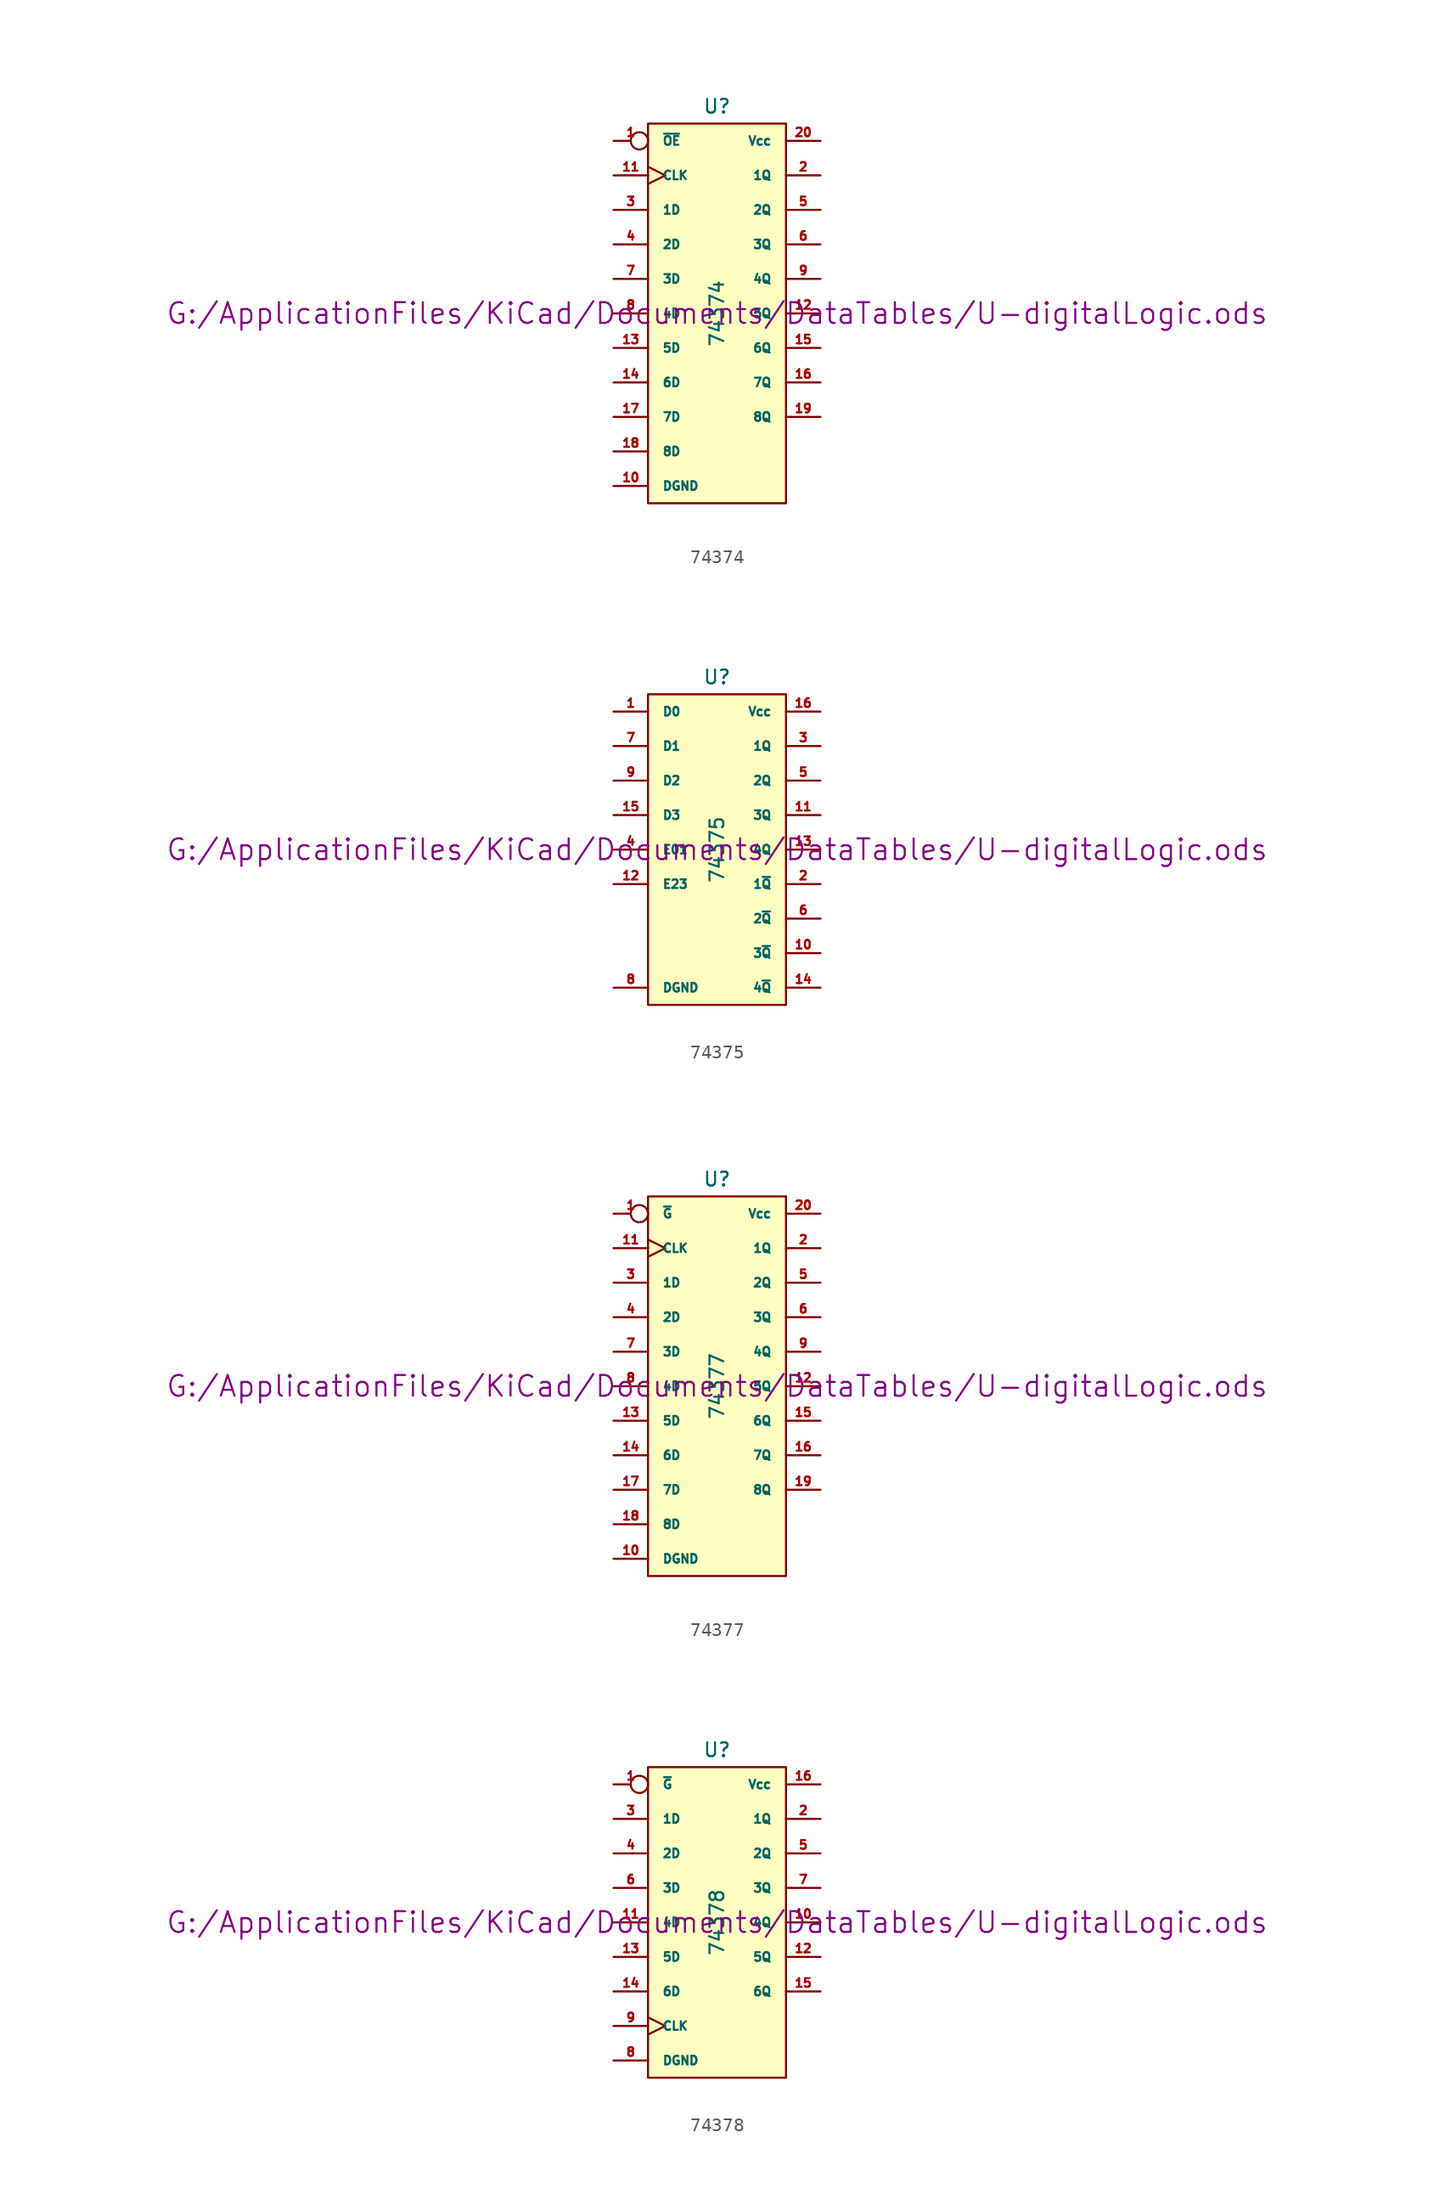
<source format=kicad_sym>
(kicad_symbol_lib
  (version 20211014)
  (generator kicad_symbol_editor)
  (symbol "74374"
    (pin_names
      (offset 1.016))
    (property "Reference" "U"
      (at 0 15.24 0)
      (effects (font (size 1.016 1.016))))
    (property "Value" "74374"
      (at 0 0 90)
      (effects (font (size 1.016 1.016))))
    (property "Footprint" ""
      (at 0 0 0)
      (effects (font (size 1.524 1.524))))
    (property "Datasheet" "G:/ApplicationFiles/KiCad/Documents/DataTables/U-digitalLogic.ods"
      (at 0 0 0)
      (effects (font (size 1.524 1.524))))
    (symbol "74374_0_1"
      (rectangle (start -5.08 13.97) (end 5.08 -13.97) (stroke (width 0) (type default) (color 0 0 0 0)) (fill (type background))))
    (symbol "74374_1_1"
      (pin input inverted (at -7.62 12.7 0) (length 2.54) (name "~{OE}" (effects (font (size 0.635 0.635)))) (number "1" (effects (font (size 0.635 0.635)))))
      (pin power_in line (at -7.62 -12.7 0) (length 2.54) (name "DGND" (effects (font (size 0.635 0.635)))) (number "10" (effects (font (size 0.635 0.635)))))
      (pin input clock (at -7.62 10.16 0) (length 2.54) (name "CLK" (effects (font (size 0.635 0.635)))) (number "11" (effects (font (size 0.635 0.635)))))
      (pin tri_state line (at 7.62 0 180) (length 2.54) (name "5Q" (effects (font (size 0.635 0.635)))) (number "12" (effects (font (size 0.635 0.635)))))
      (pin input line (at -7.62 -2.54 0) (length 2.54) (name "5D" (effects (font (size 0.635 0.635)))) (number "13" (effects (font (size 0.635 0.635)))))
      (pin input line (at -7.62 -5.08 0) (length 2.54) (name "6D" (effects (font (size 0.635 0.635)))) (number "14" (effects (font (size 0.635 0.635)))))
      (pin tri_state line (at 7.62 -2.54 180) (length 2.54) (name "6Q" (effects (font (size 0.635 0.635)))) (number "15" (effects (font (size 0.635 0.635)))))
      (pin tri_state line (at 7.62 -5.08 180) (length 2.54) (name "7Q" (effects (font (size 0.635 0.635)))) (number "16" (effects (font (size 0.635 0.635)))))
      (pin input line (at -7.62 -7.62 0) (length 2.54) (name "7D" (effects (font (size 0.635 0.635)))) (number "17" (effects (font (size 0.635 0.635)))))
      (pin input line (at -7.62 -10.16 0) (length 2.54) (name "8D" (effects (font (size 0.635 0.635)))) (number "18" (effects (font (size 0.635 0.635)))))
      (pin tri_state line (at 7.62 -7.62 180) (length 2.54) (name "8Q" (effects (font (size 0.635 0.635)))) (number "19" (effects (font (size 0.635 0.635)))))
      (pin tri_state line (at 7.62 10.16 180) (length 2.54) (name "1Q" (effects (font (size 0.635 0.635)))) (number "2" (effects (font (size 0.635 0.635)))))
      (pin power_in line (at 7.62 12.7 180) (length 2.54) (name "Vcc" (effects (font (size 0.635 0.635)))) (number "20" (effects (font (size 0.635 0.635)))))
      (pin input line (at -7.62 7.62 0) (length 2.54) (name "1D" (effects (font (size 0.635 0.635)))) (number "3" (effects (font (size 0.635 0.635)))))
      (pin input line (at -7.62 5.08 0) (length 2.54) (name "2D" (effects (font (size 0.635 0.635)))) (number "4" (effects (font (size 0.635 0.635)))))
      (pin tri_state line (at 7.62 7.62 180) (length 2.54) (name "2Q" (effects (font (size 0.635 0.635)))) (number "5" (effects (font (size 0.635 0.635)))))
      (pin tri_state line (at 7.62 5.08 180) (length 2.54) (name "3Q" (effects (font (size 0.635 0.635)))) (number "6" (effects (font (size 0.635 0.635)))))
      (pin input line (at -7.62 2.54 0) (length 2.54) (name "3D" (effects (font (size 0.635 0.635)))) (number "7" (effects (font (size 0.635 0.635)))))
      (pin input line (at -7.62 0 0) (length 2.54) (name "4D" (effects (font (size 0.635 0.635)))) (number "8" (effects (font (size 0.635 0.635)))))
      (pin tri_state line (at 7.62 2.54 180) (length 2.54) (name "4Q" (effects (font (size 0.635 0.635)))) (number "9" (effects (font (size 0.635 0.635)))))))
  (symbol "74375"
    (pin_names
      (offset 1.016))
    (property "Reference" "U"
      (at 0 12.7 0)
      (effects (font (size 1.016 1.016))))
    (property "Value" "74375"
      (at 0 0 90)
      (effects (font (size 1.016 1.016))))
    (property "Footprint" ""
      (at 0 0 0)
      (effects (font (size 1.524 1.524))))
    (property "Datasheet" "G:/ApplicationFiles/KiCad/Documents/DataTables/U-digitalLogic.ods"
      (at 0 0 0)
      (effects (font (size 1.524 1.524))))
    (symbol "74375_0_1"
      (rectangle (start -5.08 11.43) (end 5.08 -11.43) (stroke (width 0) (type default) (color 0 0 0 0)) (fill (type background))))
    (symbol "74375_1_1"
      (pin input line (at -7.62 10.16 0) (length 2.54) (name "D0" (effects (font (size 0.635 0.635)))) (number "1" (effects (font (size 0.635 0.635)))))
      (pin output line (at 7.62 -7.62 180) (length 2.54) (name "3~{Q}" (effects (font (size 0.635 0.635)))) (number "10" (effects (font (size 0.635 0.635)))))
      (pin output line (at 7.62 2.54 180) (length 2.54) (name "3Q" (effects (font (size 0.635 0.635)))) (number "11" (effects (font (size 0.635 0.635)))))
      (pin input line (at -7.62 -2.54 0) (length 2.54) (name "E23" (effects (font (size 0.635 0.635)))) (number "12" (effects (font (size 0.635 0.635)))))
      (pin output line (at 7.62 0 180) (length 2.54) (name "4Q" (effects (font (size 0.635 0.635)))) (number "13" (effects (font (size 0.635 0.635)))))
      (pin output line (at 7.62 -10.16 180) (length 2.54) (name "4~{Q}" (effects (font (size 0.635 0.635)))) (number "14" (effects (font (size 0.635 0.635)))))
      (pin input line (at -7.62 2.54 0) (length 2.54) (name "D3" (effects (font (size 0.635 0.635)))) (number "15" (effects (font (size 0.635 0.635)))))
      (pin power_in line (at 7.62 10.16 180) (length 2.54) (name "Vcc" (effects (font (size 0.635 0.635)))) (number "16" (effects (font (size 0.635 0.635)))))
      (pin output line (at 7.62 -2.54 180) (length 2.54) (name "1~{Q}" (effects (font (size 0.635 0.635)))) (number "2" (effects (font (size 0.635 0.635)))))
      (pin output line (at 7.62 7.62 180) (length 2.54) (name "1Q" (effects (font (size 0.635 0.635)))) (number "3" (effects (font (size 0.635 0.635)))))
      (pin input line (at -7.62 0 0) (length 2.54) (name "E01" (effects (font (size 0.635 0.635)))) (number "4" (effects (font (size 0.635 0.635)))))
      (pin output line (at 7.62 5.08 180) (length 2.54) (name "2Q" (effects (font (size 0.635 0.635)))) (number "5" (effects (font (size 0.635 0.635)))))
      (pin output line (at 7.62 -5.08 180) (length 2.54) (name "2~{Q}" (effects (font (size 0.635 0.635)))) (number "6" (effects (font (size 0.635 0.635)))))
      (pin input line (at -7.62 7.62 0) (length 2.54) (name "D1" (effects (font (size 0.635 0.635)))) (number "7" (effects (font (size 0.635 0.635)))))
      (pin input line (at -7.62 -10.16 0) (length 2.54) (name "DGND" (effects (font (size 0.635 0.635)))) (number "8" (effects (font (size 0.635 0.635)))))
      (pin input line (at -7.62 5.08 0) (length 2.54) (name "D2" (effects (font (size 0.635 0.635)))) (number "9" (effects (font (size 0.635 0.635)))))))
  (symbol "74377"
    (pin_names
      (offset 1.016))
    (property "Reference" "U"
      (at 0 15.24 0)
      (effects (font (size 1.016 1.016))))
    (property "Value" "74377"
      (at 0 0 90)
      (effects (font (size 1.016 1.016))))
    (property "Footprint" ""
      (at 0 0 0)
      (effects (font (size 1.524 1.524))))
    (property "Datasheet" "G:/ApplicationFiles/KiCad/Documents/DataTables/U-digitalLogic.ods"
      (at 0 0 0)
      (effects (font (size 1.524 1.524))))
    (symbol "74377_0_1"
      (rectangle (start -5.08 13.97) (end 5.08 -13.97) (stroke (width 0) (type default) (color 0 0 0 0)) (fill (type background))))
    (symbol "74377_1_1"
      (pin input inverted (at -7.62 12.7 0) (length 2.54) (name "~{G}" (effects (font (size 0.635 0.635)))) (number "1" (effects (font (size 0.635 0.635)))))
      (pin power_in line (at -7.62 -12.7 0) (length 2.54) (name "DGND" (effects (font (size 0.635 0.635)))) (number "10" (effects (font (size 0.635 0.635)))))
      (pin input clock (at -7.62 10.16 0) (length 2.54) (name "CLK" (effects (font (size 0.635 0.635)))) (number "11" (effects (font (size 0.635 0.635)))))
      (pin tri_state line (at 7.62 0 180) (length 2.54) (name "5Q" (effects (font (size 0.635 0.635)))) (number "12" (effects (font (size 0.635 0.635)))))
      (pin input line (at -7.62 -2.54 0) (length 2.54) (name "5D" (effects (font (size 0.635 0.635)))) (number "13" (effects (font (size 0.635 0.635)))))
      (pin input line (at -7.62 -5.08 0) (length 2.54) (name "6D" (effects (font (size 0.635 0.635)))) (number "14" (effects (font (size 0.635 0.635)))))
      (pin tri_state line (at 7.62 -2.54 180) (length 2.54) (name "6Q" (effects (font (size 0.635 0.635)))) (number "15" (effects (font (size 0.635 0.635)))))
      (pin tri_state line (at 7.62 -5.08 180) (length 2.54) (name "7Q" (effects (font (size 0.635 0.635)))) (number "16" (effects (font (size 0.635 0.635)))))
      (pin input line (at -7.62 -7.62 0) (length 2.54) (name "7D" (effects (font (size 0.635 0.635)))) (number "17" (effects (font (size 0.635 0.635)))))
      (pin input line (at -7.62 -10.16 0) (length 2.54) (name "8D" (effects (font (size 0.635 0.635)))) (number "18" (effects (font (size 0.635 0.635)))))
      (pin tri_state line (at 7.62 -7.62 180) (length 2.54) (name "8Q" (effects (font (size 0.635 0.635)))) (number "19" (effects (font (size 0.635 0.635)))))
      (pin tri_state line (at 7.62 10.16 180) (length 2.54) (name "1Q" (effects (font (size 0.635 0.635)))) (number "2" (effects (font (size 0.635 0.635)))))
      (pin power_in line (at 7.62 12.7 180) (length 2.54) (name "Vcc" (effects (font (size 0.635 0.635)))) (number "20" (effects (font (size 0.635 0.635)))))
      (pin input line (at -7.62 7.62 0) (length 2.54) (name "1D" (effects (font (size 0.635 0.635)))) (number "3" (effects (font (size 0.635 0.635)))))
      (pin input line (at -7.62 5.08 0) (length 2.54) (name "2D" (effects (font (size 0.635 0.635)))) (number "4" (effects (font (size 0.635 0.635)))))
      (pin tri_state line (at 7.62 7.62 180) (length 2.54) (name "2Q" (effects (font (size 0.635 0.635)))) (number "5" (effects (font (size 0.635 0.635)))))
      (pin tri_state line (at 7.62 5.08 180) (length 2.54) (name "3Q" (effects (font (size 0.635 0.635)))) (number "6" (effects (font (size 0.635 0.635)))))
      (pin input line (at -7.62 2.54 0) (length 2.54) (name "3D" (effects (font (size 0.635 0.635)))) (number "7" (effects (font (size 0.635 0.635)))))
      (pin input line (at -7.62 0 0) (length 2.54) (name "4D" (effects (font (size 0.635 0.635)))) (number "8" (effects (font (size 0.635 0.635)))))
      (pin tri_state line (at 7.62 2.54 180) (length 2.54) (name "4Q" (effects (font (size 0.635 0.635)))) (number "9" (effects (font (size 0.635 0.635)))))))
  (symbol "74378"
    (pin_names
      (offset 1.016))
    (property "Reference" "U"
      (at 0 12.7 0)
      (effects (font (size 1.016 1.016))))
    (property "Value" "74378"
      (at 0 0 90)
      (effects (font (size 1.016 1.016))))
    (property "Footprint" ""
      (at 0 0 0)
      (effects (font (size 1.524 1.524))))
    (property "Datasheet" "G:/ApplicationFiles/KiCad/Documents/DataTables/U-digitalLogic.ods"
      (at 0 0 0)
      (effects (font (size 1.524 1.524))))
    (symbol "74378_0_1"
      (rectangle (start -5.08 11.43) (end 5.08 -11.43) (stroke (width 0) (type default) (color 0 0 0 0)) (fill (type background))))
    (symbol "74378_1_1"
      (pin input inverted (at -7.62 10.16 0) (length 2.54) (name "~{G}" (effects (font (size 0.635 0.635)))) (number "1" (effects (font (size 0.635 0.635)))))
      (pin output line (at 7.62 0 180) (length 2.54) (name "4Q" (effects (font (size 0.635 0.635)))) (number "10" (effects (font (size 0.635 0.635)))))
      (pin input line (at -7.62 0 0) (length 2.54) (name "4D" (effects (font (size 0.635 0.635)))) (number "11" (effects (font (size 0.635 0.635)))))
      (pin output line (at 7.62 -2.54 180) (length 2.54) (name "5Q" (effects (font (size 0.635 0.635)))) (number "12" (effects (font (size 0.635 0.635)))))
      (pin input line (at -7.62 -2.54 0) (length 2.54) (name "5D" (effects (font (size 0.635 0.635)))) (number "13" (effects (font (size 0.635 0.635)))))
      (pin input line (at -7.62 -5.08 0) (length 2.54) (name "6D" (effects (font (size 0.635 0.635)))) (number "14" (effects (font (size 0.635 0.635)))))
      (pin output line (at 7.62 -5.08 180) (length 2.54) (name "6Q" (effects (font (size 0.635 0.635)))) (number "15" (effects (font (size 0.635 0.635)))))
      (pin power_in line (at 7.62 10.16 180) (length 2.54) (name "Vcc" (effects (font (size 0.635 0.635)))) (number "16" (effects (font (size 0.635 0.635)))))
      (pin output line (at 7.62 7.62 180) (length 2.54) (name "1Q" (effects (font (size 0.635 0.635)))) (number "2" (effects (font (size 0.635 0.635)))))
      (pin input line (at -7.62 7.62 0) (length 2.54) (name "1D" (effects (font (size 0.635 0.635)))) (number "3" (effects (font (size 0.635 0.635)))))
      (pin input line (at -7.62 5.08 0) (length 2.54) (name "2D" (effects (font (size 0.635 0.635)))) (number "4" (effects (font (size 0.635 0.635)))))
      (pin output line (at 7.62 5.08 180) (length 2.54) (name "2Q" (effects (font (size 0.635 0.635)))) (number "5" (effects (font (size 0.635 0.635)))))
      (pin input line (at -7.62 2.54 0) (length 2.54) (name "3D" (effects (font (size 0.635 0.635)))) (number "6" (effects (font (size 0.635 0.635)))))
      (pin output line (at 7.62 2.54 180) (length 2.54) (name "3Q" (effects (font (size 0.635 0.635)))) (number "7" (effects (font (size 0.635 0.635)))))
      (pin power_in line (at -7.62 -10.16 0) (length 2.54) (name "DGND" (effects (font (size 0.635 0.635)))) (number "8" (effects (font (size 0.635 0.635)))))
      (pin input clock (at -7.62 -7.62 0) (length 2.54) (name "CLK" (effects (font (size 0.635 0.635)))) (number "9" (effects (font (size 0.635 0.635))))))))
</source>
